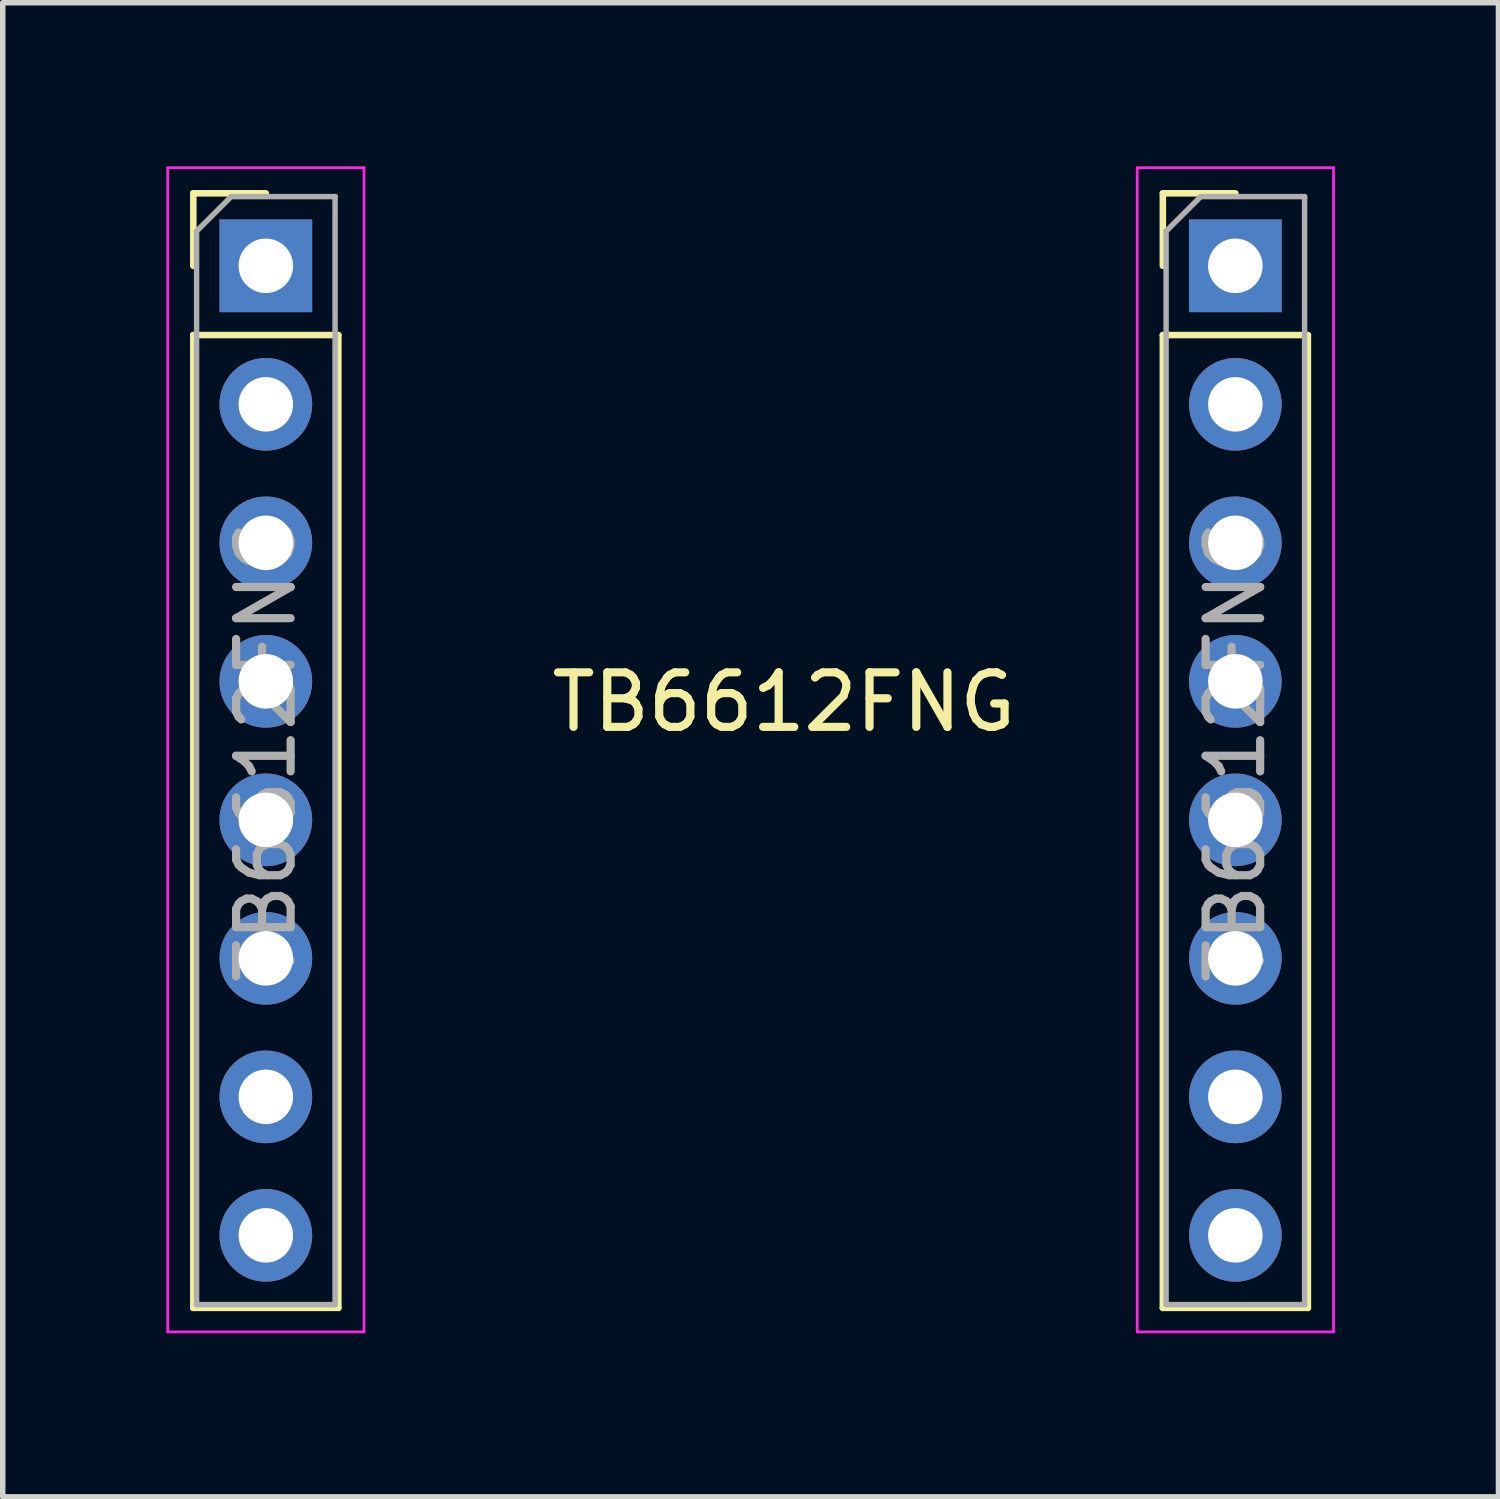
<source format=kicad_pcb>
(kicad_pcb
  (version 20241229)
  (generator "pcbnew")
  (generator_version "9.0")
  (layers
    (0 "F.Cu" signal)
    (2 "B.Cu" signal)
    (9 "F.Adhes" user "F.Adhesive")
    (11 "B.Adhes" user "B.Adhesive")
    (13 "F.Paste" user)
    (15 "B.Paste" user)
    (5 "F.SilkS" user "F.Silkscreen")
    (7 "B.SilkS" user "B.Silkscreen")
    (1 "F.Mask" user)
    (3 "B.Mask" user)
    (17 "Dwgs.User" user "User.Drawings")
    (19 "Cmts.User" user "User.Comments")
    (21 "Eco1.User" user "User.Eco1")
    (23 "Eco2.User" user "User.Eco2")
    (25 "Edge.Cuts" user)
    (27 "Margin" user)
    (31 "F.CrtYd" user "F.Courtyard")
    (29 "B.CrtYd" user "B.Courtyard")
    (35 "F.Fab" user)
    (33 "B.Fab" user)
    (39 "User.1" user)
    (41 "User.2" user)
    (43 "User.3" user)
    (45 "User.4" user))
  (footprint "TB6612FNG"
    (layer "F.Cu")
    (at 1.825 1.825)
    (property "Reference" "TB6612FNG" (at 9.5 8 0) (layer "F.SilkS") (effects (font (size 1 1) (thickness 0.15))))
    (attr through_hole)
    (fp_line (start -1.33 -1.33) (end 0 -1.33) (stroke (width 0.12) (type solid)) (layer "F.SilkS"))
    (fp_line (start -1.33 0) (end -1.33 -1.33) (stroke (width 0.12) (type solid)) (layer "F.SilkS"))
    (fp_line (start -1.33 1.27) (end -1.33 19.11) (stroke (width 0.12) (type solid)) (layer "F.SilkS"))
    (fp_line (start -1.33 1.27) (end 1.33 1.27) (stroke (width 0.12) (type solid)) (layer "F.SilkS"))
    (fp_line (start -1.33 19.11) (end 1.33 19.11) (stroke (width 0.12) (type solid)) (layer "F.SilkS"))
    (fp_line (start 1.33 1.27) (end 1.33 19.11) (stroke (width 0.12) (type solid)) (layer "F.SilkS"))
    (fp_line (start 16.45 -1.33) (end 17.78 -1.33) (stroke (width 0.12) (type solid)) (layer "F.SilkS"))
    (fp_line (start 16.45 0) (end 16.45 -1.33) (stroke (width 0.12) (type solid)) (layer "F.SilkS"))
    (fp_line (start 16.45 1.27) (end 16.45 19.11) (stroke (width 0.12) (type solid)) (layer "F.SilkS"))
    (fp_line (start 16.45 1.27) (end 19.11 1.27) (stroke (width 0.12) (type solid)) (layer "F.SilkS"))
    (fp_line (start 16.45 19.11) (end 19.11 19.11) (stroke (width 0.12) (type solid)) (layer "F.SilkS"))
    (fp_line (start 19.11 1.27) (end 19.11 19.11) (stroke (width 0.12) (type solid)) (layer "F.SilkS"))
    (fp_line (start -1.8 -1.8) (end -1.8 19.55) (stroke (width 0.05) (type solid)) (layer "F.CrtYd"))
    (fp_line (start -1.8 19.55) (end 1.8 19.55) (stroke (width 0.05) (type solid)) (layer "F.CrtYd"))
    (fp_line (start 1.8 -1.8) (end -1.8 -1.8) (stroke (width 0.05) (type solid)) (layer "F.CrtYd"))
    (fp_line (start 1.8 19.55) (end 1.8 -1.8) (stroke (width 0.05) (type solid)) (layer "F.CrtYd"))
    (fp_line (start 15.98 -1.8) (end 15.98 19.55) (stroke (width 0.05) (type solid)) (layer "F.CrtYd"))
    (fp_line (start 15.98 19.55) (end 19.58 19.55) (stroke (width 0.05) (type solid)) (layer "F.CrtYd"))
    (fp_line (start 19.58 -1.8) (end 15.98 -1.8) (stroke (width 0.05) (type solid)) (layer "F.CrtYd"))
    (fp_line (start 19.58 19.55) (end 19.58 -1.8) (stroke (width 0.05) (type solid)) (layer "F.CrtYd"))
    (fp_line (start -1.27 -0.635) (end -0.635 -1.27) (stroke (width 0.1) (type solid)) (layer "F.Fab"))
    (fp_line (start -1.27 19.05) (end -1.27 -0.635) (stroke (width 0.1) (type solid)) (layer "F.Fab"))
    (fp_line (start -0.635 -1.27) (end 1.27 -1.27) (stroke (width 0.1) (type solid)) (layer "F.Fab"))
    (fp_line (start 1.27 -1.27) (end 1.27 19.05) (stroke (width 0.1) (type solid)) (layer "F.Fab"))
    (fp_line (start 1.27 19.05) (end -1.27 19.05) (stroke (width 0.1) (type solid)) (layer "F.Fab"))
    (fp_line (start 16.51 -0.635) (end 17.145 -1.27) (stroke (width 0.1) (type solid)) (layer "F.Fab"))
    (fp_line (start 16.51 19.05) (end 16.51 -0.635) (stroke (width 0.1) (type solid)) (layer "F.Fab"))
    (fp_line (start 17.145 -1.27) (end 19.05 -1.27) (stroke (width 0.1) (type solid)) (layer "F.Fab"))
    (fp_line (start 19.05 -1.27) (end 19.05 19.05) (stroke (width 0.1) (type solid)) (layer "F.Fab"))
    (fp_line (start 19.05 19.05) (end 16.51 19.05) (stroke (width 0.1) (type solid)) (layer "F.Fab"))
    (fp_text user "${REFERENCE}" (at 0 8.89 90) (layer "F.Fab") (effects (font (size 1 1) (thickness 0.15))))
    (fp_text user "${REFERENCE}" (at 17.78 8.89 90) (layer "F.Fab") (effects (font (size 1 1) (thickness 0.15))))
    (pad "1" thru_hole rect (at 0 0) (size 1.7 1.7) (drill 1) (layers "*.Cu" "*.Mask"))
    (pad "1" thru_hole rect (at 17.78 0) (size 1.7 1.7) (drill 1) (layers "*.Cu" "*.Mask"))
    (pad "2" thru_hole oval (at 0 2.54) (size 1.7 1.7) (drill 1) (layers "*.Cu" "*.Mask"))
    (pad "2" thru_hole oval (at 17.78 2.54) (size 1.7 1.7) (drill 1) (layers "*.Cu" "*.Mask"))
    (pad "3" thru_hole oval (at 0 5.08) (size 1.7 1.7) (drill 1) (layers "*.Cu" "*.Mask"))
    (pad "3" thru_hole oval (at 17.78 5.08) (size 1.7 1.7) (drill 1) (layers "*.Cu" "*.Mask"))
    (pad "4" thru_hole oval (at 0 7.62) (size 1.7 1.7) (drill 1) (layers "*.Cu" "*.Mask"))
    (pad "4" thru_hole oval (at 17.78 7.62) (size 1.7 1.7) (drill 1) (layers "*.Cu" "*.Mask"))
    (pad "5" thru_hole oval (at 0 10.16) (size 1.7 1.7) (drill 1) (layers "*.Cu" "*.Mask"))
    (pad "5" thru_hole oval (at 17.78 10.16) (size 1.7 1.7) (drill 1) (layers "*.Cu" "*.Mask"))
    (pad "6" thru_hole oval (at 0 12.7) (size 1.7 1.7) (drill 1) (layers "*.Cu" "*.Mask"))
    (pad "6" thru_hole oval (at 17.78 12.7) (size 1.7 1.7) (drill 1) (layers "*.Cu" "*.Mask"))
    (pad "7" thru_hole oval (at 0 15.24) (size 1.7 1.7) (drill 1) (layers "*.Cu" "*.Mask"))
    (pad "7" thru_hole oval (at 17.78 15.24) (size 1.7 1.7) (drill 1) (layers "*.Cu" "*.Mask"))
    (pad "8" thru_hole oval (at 0 17.78) (size 1.7 1.7) (drill 1) (layers "*.Cu" "*.Mask"))
    (pad "8" thru_hole oval (at 17.78 17.78) (size 1.7 1.7) (drill 1) (layers "*.Cu" "*.Mask")))
  (gr_rect
    (start -3 -3)
    (end 24.43 24.4)
    (stroke (width 0.1) (type default))
    (fill no)
    (layer "Edge.Cuts")))
</source>
